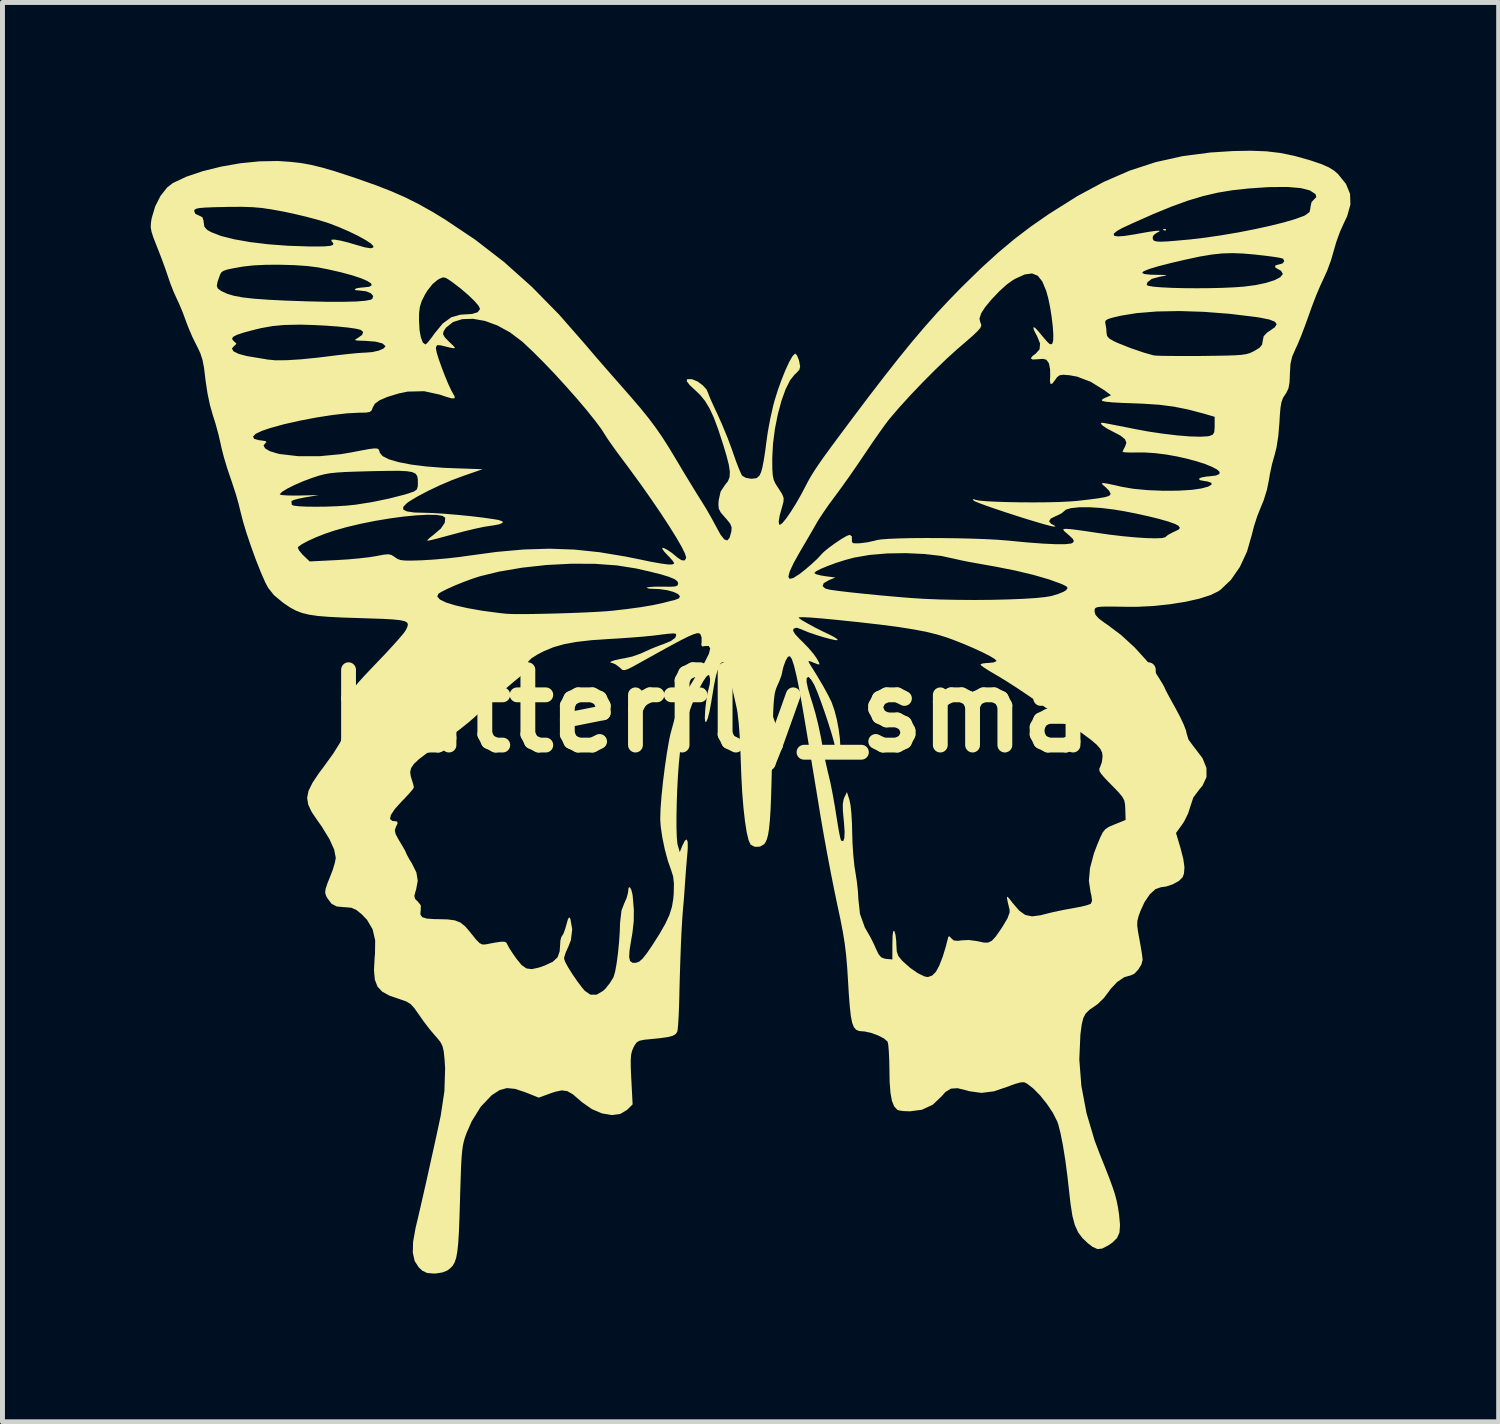
<source format=kicad_pcb>
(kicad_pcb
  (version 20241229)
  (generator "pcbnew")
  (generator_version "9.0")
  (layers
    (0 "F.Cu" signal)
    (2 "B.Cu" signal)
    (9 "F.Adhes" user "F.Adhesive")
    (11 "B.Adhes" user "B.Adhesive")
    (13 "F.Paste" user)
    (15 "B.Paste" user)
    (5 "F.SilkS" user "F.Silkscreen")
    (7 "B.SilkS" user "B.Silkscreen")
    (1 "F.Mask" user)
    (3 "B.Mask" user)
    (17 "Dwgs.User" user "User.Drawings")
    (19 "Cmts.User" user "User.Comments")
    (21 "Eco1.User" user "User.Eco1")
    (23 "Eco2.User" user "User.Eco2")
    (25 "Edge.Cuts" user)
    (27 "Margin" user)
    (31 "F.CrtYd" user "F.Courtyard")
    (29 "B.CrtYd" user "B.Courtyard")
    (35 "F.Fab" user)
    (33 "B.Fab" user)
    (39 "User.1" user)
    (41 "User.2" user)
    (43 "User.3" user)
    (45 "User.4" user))
  (footprint "butterfly_small"
    (layer "F.Cu")
    (at 12.131 11.337)
    (property "Reference" "butterfly_small" (at 0 0 0) (layer "F.SilkS") (effects (font (size 1.524 1.524) (thickness 0.3))))
    (attr board_only exclude_from_pos_files exclude_from_bom)
    (fp_poly (pts (xy 8.413 -9.749) (xy 8.407 -9.725) (xy 8.386 -9.722) (xy 8.352 -9.737) (xy 8.359 -9.749) (xy 8.407 -9.754)) (stroke (width 0) (type solid)) (fill yes) (layer "F.SilkS"))
    (fp_poly (pts (xy 10.445 -11.325) (xy 10.732 -11.291) (xy 11.019 -11.231) (xy 11.332 -11.143) (xy 11.352 -11.136) (xy 11.559 -11.066) (xy 11.707 -11.001) (xy 11.818 -10.932) (xy 11.895 -10.864) (xy 12.055 -10.666) (xy 12.138 -10.463) (xy 12.145 -10.247) (xy 12.078 -10.009) (xy 12.017 -9.881) (xy 11.935 -9.7) (xy 11.859 -9.49) (xy 11.809 -9.317) (xy 11.752 -9.12) (xy 11.674 -8.908) (xy 11.602 -8.75) (xy 11.534 -8.603) (xy 11.451 -8.407) (xy 11.367 -8.188) (xy 11.302 -8.006) (xy 11.227 -7.798) (xy 11.15 -7.596) (xy 11.08 -7.425) (xy 11.03 -7.317) (xy 10.966 -7.17) (xy 10.932 -7.022) (xy 10.921 -6.836) (xy 10.921 -6.819) (xy 10.913 -6.649) (xy 10.892 -6.532) (xy 10.851 -6.442) (xy 10.824 -6.402) (xy 10.78 -6.333) (xy 10.75 -6.25) (xy 10.73 -6.137) (xy 10.716 -5.973) (xy 10.709 -5.842) (xy 10.686 -5.568) (xy 10.649 -5.329) (xy 10.608 -5.17) (xy 10.558 -4.992) (xy 10.515 -4.789) (xy 10.494 -4.664) (xy 10.455 -4.473) (xy 10.39 -4.264) (xy 10.336 -4.132) (xy 10.262 -3.949) (xy 10.193 -3.736) (xy 10.15 -3.565) (xy 10.052 -3.224) (xy 9.908 -2.915) (xy 9.728 -2.654) (xy 9.519 -2.455) (xy 9.47 -2.421) (xy 9.308 -2.343) (xy 9.081 -2.271) (xy 8.805 -2.209) (xy 8.494 -2.16) (xy 8.165 -2.125) (xy 7.833 -2.108) (xy 7.636 -2.108) (xy 7.39 -2.112) (xy 7.213 -2.113) (xy 7.094 -2.11) (xy 7.021 -2.1) (xy 6.984 -2.083) (xy 6.97 -2.056) (xy 6.968 -2.018) (xy 6.968 -2.011) (xy 6.987 -1.945) (xy 7.051 -1.873) (xy 7.174 -1.781) (xy 7.221 -1.75) (xy 7.503 -1.539) (xy 7.78 -1.285) (xy 8.028 -1.012) (xy 8.201 -0.778) (xy 8.285 -0.645) (xy 8.35 -0.539) (xy 8.383 -0.477) (xy 8.386 -0.47) (xy 8.404 -0.427) (xy 8.455 -0.33) (xy 8.53 -0.192) (xy 8.608 -0.052) (xy 8.699 0.119) (xy 8.772 0.275) (xy 8.819 0.397) (xy 8.831 0.456) (xy 8.869 0.58) (xy 8.981 0.731) (xy 8.991 0.743) (xy 9.152 0.954) (xy 9.232 1.152) (xy 9.233 1.337) (xy 9.153 1.51) (xy 9.09 1.585) (xy 8.966 1.751) (xy 8.909 1.923) (xy 8.862 2.071) (xy 8.785 2.228) (xy 8.745 2.29) (xy 8.616 2.469) (xy 8.704 2.764) (xy 8.763 2.992) (xy 8.787 3.162) (xy 8.777 3.29) (xy 8.749 3.365) (xy 8.675 3.439) (xy 8.553 3.506) (xy 8.413 3.553) (xy 8.316 3.565) (xy 8.203 3.603) (xy 8.087 3.708) (xy 7.978 3.869) (xy 7.898 4.043) (xy 7.856 4.158) (xy 7.834 4.248) (xy 7.831 4.34) (xy 7.846 4.459) (xy 7.875 4.618) (xy 7.905 4.784) (xy 7.928 4.926) (xy 7.939 5.02) (xy 7.94 5.037) (xy 7.915 5.131) (xy 7.852 5.233) (xy 7.775 5.315) (xy 7.704 5.349) (xy 7.568 5.387) (xy 7.424 5.485) (xy 7.292 5.626) (xy 7.254 5.68) (xy 7.154 5.811) (xy 7.035 5.927) (xy 6.979 5.968) (xy 6.865 6.046) (xy 6.789 6.121) (xy 6.74 6.213) (xy 6.708 6.343) (xy 6.683 6.533) (xy 6.681 6.548) (xy 6.659 7.052) (xy 6.701 7.587) (xy 6.805 8.138) (xy 6.969 8.692) (xy 7.068 8.953) (xy 7.182 9.238) (xy 7.27 9.463) (xy 7.335 9.641) (xy 7.383 9.788) (xy 7.416 9.917) (xy 7.441 10.042) (xy 7.462 10.179) (xy 7.464 10.192) (xy 7.483 10.401) (xy 7.472 10.552) (xy 7.423 10.664) (xy 7.329 10.757) (xy 7.239 10.818) (xy 7.12 10.879) (xy 7.026 10.888) (xy 6.926 10.842) (xy 6.834 10.772) (xy 6.721 10.665) (xy 6.634 10.547) (xy 6.569 10.403) (xy 6.52 10.219) (xy 6.482 9.978) (xy 6.458 9.766) (xy 6.418 9.409) (xy 6.374 9.078) (xy 6.327 8.786) (xy 6.279 8.545) (xy 6.234 8.367) (xy 6.212 8.305) (xy 6.124 8.131) (xy 6.003 7.95) (xy 5.866 7.779) (xy 5.726 7.637) (xy 5.599 7.539) (xy 5.541 7.512) (xy 5.471 7.516) (xy 5.353 7.548) (xy 5.217 7.599) (xy 4.933 7.696) (xy 4.679 7.728) (xy 4.437 7.695) (xy 4.375 7.677) (xy 4.196 7.633) (xy 4.061 7.642) (xy 3.95 7.71) (xy 3.872 7.798) (xy 3.694 7.967) (xy 3.474 8.069) (xy 3.232 8.101) (xy 3.103 8.096) (xy 3.007 8.082) (xy 2.977 8.071) (xy 2.913 8.001) (xy 2.868 7.891) (xy 2.838 7.729) (xy 2.821 7.506) (xy 2.817 7.272) (xy 2.813 7.07) (xy 2.805 6.894) (xy 2.794 6.763) (xy 2.781 6.694) (xy 2.779 6.69) (xy 2.708 6.628) (xy 2.587 6.565) (xy 2.445 6.513) (xy 2.314 6.485) (xy 2.28 6.483) (xy 2.203 6.476) (xy 2.144 6.451) (xy 2.098 6.399) (xy 2.063 6.31) (xy 2.036 6.174) (xy 2.015 5.983) (xy 1.995 5.726) (xy 1.982 5.508) (xy 1.963 5.202) (xy 1.941 4.945) (xy 1.913 4.711) (xy 1.875 4.475) (xy 1.824 4.211) (xy 1.758 3.902) (xy 1.697 3.608) (xy 1.628 3.26) (xy 1.557 2.886) (xy 1.489 2.512) (xy 1.429 2.165) (xy 1.418 2.1) (xy 1.334 1.586) (xy 1.261 1.145) (xy 1.199 0.77) (xy 1.147 0.455) (xy 1.103 0.193) (xy 1.066 -0.023) (xy 1.035 -0.2) (xy 1.009 -0.345) (xy 0.987 -0.463) (xy 0.967 -0.563) (xy 0.949 -0.651) (xy 0.933 -0.724) (xy 0.884 -0.926) (xy 0.841 -1.053) (xy 0.802 -1.108) (xy 0.763 -1.097) (xy 0.719 -1.023) (xy 0.71 -1.001) (xy 0.67 -0.889) (xy 0.649 -0.801) (xy 0.648 -0.789) (xy 0.631 -0.717) (xy 0.589 -0.604) (xy 0.558 -0.535) (xy 0.533 -0.479) (xy 0.513 -0.421) (xy 0.496 -0.352) (xy 0.484 -0.262) (xy 0.473 -0.141) (xy 0.465 0.019) (xy 0.458 0.228) (xy 0.451 0.495) (xy 0.444 0.83) (xy 0.441 0.993) (xy 0.432 1.402) (xy 0.422 1.738) (xy 0.411 2.009) (xy 0.397 2.223) (xy 0.38 2.388) (xy 0.36 2.511) (xy 0.335 2.601) (xy 0.304 2.665) (xy 0.283 2.695) (xy 0.198 2.745) (xy 0.093 2.749) (xy 0.009 2.705) (xy 0.008 2.704) (xy -0.033 2.615) (xy -0.071 2.455) (xy -0.106 2.232) (xy -0.137 1.957) (xy -0.163 1.638) (xy -0.181 1.286) (xy -0.189 1.074) (xy -0.2 0.763) (xy -0.215 0.479) (xy -0.234 0.237) (xy -0.255 0.051) (xy -0.27 -0.041) (xy -0.321 -0.271) (xy -0.36 -0.44) (xy -0.389 -0.564) (xy -0.413 -0.659) (xy -0.436 -0.743) (xy -0.455 -0.807) (xy -0.504 -0.94) (xy -0.551 -0.993) (xy -0.598 -0.966) (xy -0.643 -0.871) (xy -0.668 -0.797) (xy -0.689 -0.726) (xy -0.709 -0.639) (xy -0.732 -0.521) (xy -0.76 -0.353) (xy -0.791 -0.166) (xy -0.827 0.024) (xy -0.861 0.154) (xy -0.89 0.22) (xy -0.91 0.219) (xy -0.919 0.147) (xy -0.912 0.000101) (xy -0.909 -0.041) (xy -0.89 -0.202) (xy -0.868 -0.343) (xy -0.847 -0.434) (xy -0.845 -0.438) (xy -0.818 -0.547) (xy -0.812 -0.649) (xy -0.828 -0.716) (xy -0.847 -0.729) (xy -0.889 -0.694) (xy -0.952 -0.6) (xy -1.027 -0.464) (xy -1.105 -0.301) (xy -1.179 -0.13) (xy -1.239 0.034) (xy -1.249 0.064) (xy -1.301 0.251) (xy -1.355 0.473) (xy -1.399 0.681) (xy -1.401 0.692) (xy -1.424 0.856) (xy -1.445 1.071) (xy -1.463 1.32) (xy -1.477 1.588) (xy -1.487 1.86) (xy -1.492 2.121) (xy -1.492 2.354) (xy -1.486 2.545) (xy -1.475 2.677) (xy -1.467 2.714) (xy -1.426 2.856) (xy -1.373 2.724) (xy -1.322 2.623) (xy -1.285 2.599) (xy -1.265 2.65) (xy -1.264 2.774) (xy -1.269 2.846) (xy -1.283 3.01) (xy -1.3 3.216) (xy -1.315 3.424) (xy -1.318 3.464) (xy -1.331 3.65) (xy -1.344 3.826) (xy -1.356 3.961) (xy -1.359 3.99) (xy -1.373 4.172) (xy -1.388 4.418) (xy -1.402 4.713) (xy -1.414 5.04) (xy -1.425 5.383) (xy -1.434 5.727) (xy -1.434 5.752) (xy -1.44 5.982) (xy -1.449 6.186) (xy -1.459 6.35) (xy -1.47 6.458) (xy -1.477 6.492) (xy -1.51 6.539) (xy -1.572 6.574) (xy -1.676 6.6) (xy -1.837 6.622) (xy -1.994 6.638) (xy -2.147 6.653) (xy -2.241 6.673) (xy -2.297 6.706) (xy -2.338 6.763) (xy -2.361 6.806) (xy -2.391 6.876) (xy -2.41 6.956) (xy -2.418 7.062) (xy -2.417 7.212) (xy -2.408 7.423) (xy -2.406 7.454) (xy -2.38 7.96) (xy -2.492 8.072) (xy -2.629 8.154) (xy -2.803 8.177) (xy -3 8.143) (xy -3.206 8.055) (xy -3.405 7.916) (xy -3.446 7.88) (xy -3.587 7.758) (xy -3.701 7.693) (xy -3.813 7.677) (xy -3.949 7.706) (xy -4.043 7.738) (xy -4.279 7.824) (xy -4.55 7.716) (xy -4.758 7.647) (xy -4.923 7.631) (xy -5.069 7.67) (xy -5.218 7.766) (xy -5.237 7.781) (xy -5.452 8.007) (xy -5.635 8.301) (xy -5.739 8.538) (xy -5.77 8.624) (xy -5.795 8.706) (xy -5.814 8.795) (xy -5.829 8.903) (xy -5.841 9.041) (xy -5.851 9.221) (xy -5.859 9.454) (xy -5.869 9.751) (xy -5.873 9.907) (xy -5.884 10.262) (xy -5.895 10.547) (xy -5.909 10.769) (xy -5.927 10.938) (xy -5.95 11.065) (xy -5.981 11.157) (xy -6.02 11.225) (xy -6.071 11.278) (xy -6.126 11.32) (xy -6.223 11.36) (xy -6.357 11.382) (xy -6.402 11.383) (xy -6.536 11.373) (xy -6.631 11.329) (xy -6.706 11.26) (xy -6.79 11.131) (xy -6.828 10.961) (xy -6.822 10.741) (xy -6.772 10.463) (xy -6.76 10.411) (xy -6.723 10.257) (xy -6.673 10.04) (xy -6.613 9.778) (xy -6.547 9.487) (xy -6.48 9.184) (xy -6.414 8.886) (xy -6.353 8.61) (xy -6.302 8.372) (xy -6.263 8.189) (xy -6.262 8.183) (xy -6.188 7.692) (xy -6.174 7.23) (xy -6.185 7.051) (xy -6.202 6.89) (xy -6.227 6.781) (xy -6.271 6.695) (xy -6.347 6.603) (xy -6.377 6.57) (xy -6.489 6.437) (xy -6.613 6.275) (xy -6.704 6.144) (xy -6.797 6.012) (xy -6.873 5.93) (xy -6.959 5.878) (xy -7.079 5.836) (xy -7.09 5.832) (xy -7.296 5.762) (xy -7.445 5.681) (xy -7.542 5.578) (xy -7.596 5.438) (xy -7.613 5.251) (xy -7.601 5.001) (xy -7.593 4.913) (xy -7.589 4.641) (xy -7.641 4.418) (xy -7.753 4.228) (xy -7.861 4.114) (xy -7.972 4.025) (xy -8.07 3.982) (xy -8.195 3.97) (xy -8.217 3.97) (xy -8.367 3.956) (xy -8.471 3.902) (xy -8.555 3.791) (xy -8.583 3.74) (xy -8.601 3.68) (xy -8.593 3.602) (xy -8.555 3.486) (xy -8.507 3.368) (xy -8.447 3.213) (xy -8.405 3.073) (xy -8.387 2.975) (xy -8.387 2.97) (xy -8.419 2.804) (xy -8.515 2.592) (xy -8.67 2.339) (xy -8.759 2.213) (xy -8.778 2.186) (xy -7.289 2.186) (xy -7.243 2.225) (xy -7.211 2.228) (xy -7.146 2.236) (xy -7.136 2.275) (xy -7.174 2.356) (xy -7.192 2.417) (xy -7.175 2.492) (xy -7.116 2.602) (xy -7.093 2.64) (xy -7.026 2.752) (xy -6.98 2.834) (xy -6.968 2.864) (xy -6.948 2.909) (xy -6.898 3) (xy -6.846 3.085) (xy -6.755 3.268) (xy -6.728 3.435) (xy -6.761 3.614) (xy -6.772 3.647) (xy -6.797 3.743) (xy -6.781 3.803) (xy -6.73 3.853) (xy -6.666 3.931) (xy -6.667 4.029) (xy -6.668 4.033) (xy -6.675 4.117) (xy -6.638 4.172) (xy -6.545 4.201) (xy -6.386 4.212) (xy -6.335 4.212) (xy -6.126 4.217) (xy -5.977 4.237) (xy -5.865 4.281) (xy -5.769 4.357) (xy -5.667 4.476) (xy -5.645 4.504) (xy -5.545 4.629) (xy -5.474 4.699) (xy -5.416 4.726) (xy -5.354 4.723) (xy -5.353 4.723) (xy -5.169 4.688) (xy -5.049 4.67) (xy -4.977 4.669) (xy -4.938 4.685) (xy -4.918 4.718) (xy -4.915 4.725) (xy -4.877 4.796) (xy -4.806 4.906) (xy -4.731 5.013) (xy -4.627 5.14) (xy -4.53 5.209) (xy -4.421 5.224) (xy -4.275 5.192) (xy -4.156 5.15) (xy -3.994 5.074) (xy -3.899 4.985) (xy -3.856 4.864) (xy -3.848 4.755) (xy -3.841 4.643) (xy -3.821 4.57) (xy -3.812 4.56) (xy -3.781 4.51) (xy -3.744 4.409) (xy -3.722 4.332) (xy -3.69 4.218) (xy -3.666 4.176) (xy -3.645 4.195) (xy -3.639 4.209) (xy -3.602 4.419) (xy -3.629 4.639) (xy -3.68 4.768) (xy -3.733 4.886) (xy -3.764 4.983) (xy -3.767 5.01) (xy -3.745 5.076) (xy -3.685 5.187) (xy -3.599 5.324) (xy -3.501 5.467) (xy -3.403 5.597) (xy -3.349 5.661) (xy -3.235 5.74) (xy -3.108 5.741) (xy -2.977 5.664) (xy -2.932 5.621) (xy -2.843 5.51) (xy -2.773 5.398) (xy -2.762 5.374) (xy -2.733 5.272) (xy -2.704 5.11) (xy -2.677 4.908) (xy -2.655 4.688) (xy -2.64 4.471) (xy -2.634 4.284) (xy -2.605 4.039) (xy -2.552 3.9) (xy -2.5 3.781) (xy -2.473 3.677) (xy -2.471 3.657) (xy -2.461 3.577) (xy -2.437 3.565) (xy -2.408 3.613) (xy -2.383 3.709) (xy -2.377 3.757) (xy -2.355 4.023) (xy -2.357 4.254) (xy -2.384 4.491) (xy -2.409 4.637) (xy -2.442 4.842) (xy -2.45 4.979) (xy -2.431 5.06) (xy -2.382 5.095) (xy -2.314 5.096) (xy -2.25 5.074) (xy -2.179 5.013) (xy -2.091 4.901) (xy -1.994 4.76) (xy -1.834 4.509) (xy -1.717 4.304) (xy -1.636 4.129) (xy -1.585 3.967) (xy -1.557 3.802) (xy -1.548 3.692) (xy -1.544 3.494) (xy -1.56 3.347) (xy -1.599 3.223) (xy -1.6 3.22) (xy -1.666 3.034) (xy -1.728 2.803) (xy -1.779 2.558) (xy -1.812 2.331) (xy -1.821 2.188) (xy -1.815 1.984) (xy -1.795 1.724) (xy -1.765 1.431) (xy -1.727 1.13) (xy -1.685 0.843) (xy -1.642 0.594) (xy -1.617 0.476) (xy -1.534 0.17) (xy -1.431 -0.106) (xy -1.297 -0.38) (xy -1.119 -0.675) (xy -1.058 -0.769) (xy -0.919 -0.992) (xy -0.836 -1.158) (xy -0.81 -1.266) (xy -0.84 -1.316) (xy -0.906 -1.314) (xy -0.975 -1.306) (xy -0.99 -1.345) (xy -0.983 -1.395) (xy -0.985 -1.495) (xy -1.011 -1.557) (xy -1.036 -1.573) (xy -1.078 -1.573) (xy -1.146 -1.553) (xy -1.247 -1.51) (xy -1.388 -1.44) (xy -1.578 -1.339) (xy -1.825 -1.203) (xy -2.049 -1.079) (xy -2.247 -0.969) (xy -2.386 -0.892) (xy -2.48 -0.846) (xy -2.54 -0.827) (xy -2.579 -0.829) (xy -2.61 -0.85) (xy -2.647 -0.885) (xy -2.649 -0.887) (xy -2.732 -0.948) (xy -2.798 -0.973) (xy -2.836 -0.983) (xy -2.811 -1.003) (xy -2.738 -1.028) (xy -2.633 -1.052) (xy -2.542 -1.067) (xy -2.386 -1.102) (xy -2.218 -1.161) (xy -2.157 -1.189) (xy -1.998 -1.261) (xy -1.82 -1.331) (xy -1.749 -1.356) (xy -1.605 -1.416) (xy -1.517 -1.481) (xy -1.496 -1.541) (xy -1.511 -1.565) (xy -1.558 -1.57) (xy -1.665 -1.562) (xy -1.808 -1.545) (xy -1.831 -1.541) (xy -1.974 -1.524) (xy -2.177 -1.504) (xy -2.418 -1.485) (xy -2.677 -1.467) (xy -2.837 -1.458) (xy -3.208 -1.433) (xy -3.513 -1.398) (xy -3.766 -1.352) (xy -3.983 -1.29) (xy -4.178 -1.209) (xy -4.305 -1.143) (xy -4.427 -1.066) (xy -4.491 -1.001) (xy -4.514 -0.929) (xy -4.515 -0.913) (xy -4.552 -0.8) (xy -4.66 -0.693) (xy -4.784 -0.593) (xy -4.952 -0.448) (xy -5.149 -0.273) (xy -5.361 -0.079) (xy -5.57 0.118) (xy -5.694 0.226) (xy -5.866 0.364) (xy -6.065 0.515) (xy -6.271 0.663) (xy -6.33 0.704) (xy -6.547 0.856) (xy -6.703 0.975) (xy -6.806 1.071) (xy -6.862 1.155) (xy -6.881 1.235) (xy -6.869 1.322) (xy -6.85 1.383) (xy -6.82 1.481) (xy -6.806 1.544) (xy -6.806 1.546) (xy -6.832 1.589) (xy -6.904 1.673) (xy -7.006 1.783) (xy -7.049 1.826) (xy -7.191 1.983) (xy -7.271 2.104) (xy -7.289 2.186) (xy -8.778 2.186) (xy -8.875 2.042) (xy -8.944 1.895) (xy -8.966 1.758) (xy -8.938 1.616) (xy -8.858 1.453) (xy -8.726 1.256) (xy -8.63 1.128) (xy -8.438 0.862) (xy -8.301 0.643) (xy -8.217 0.462) (xy -8.179 0.313) (xy -8.177 0.258) (xy -8.183 0.142) (xy -8.194 0.061) (xy -8.2 0.046) (xy -8.2 -0.007) (xy -8.18 -0.111) (xy -8.155 -0.203) (xy -8.126 -0.288) (xy -8.086 -0.369) (xy -8.026 -0.459) (xy -7.938 -0.568) (xy -7.813 -0.707) (xy -7.642 -0.887) (xy -7.56 -0.973) (xy -7.388 -1.153) (xy -7.234 -1.32) (xy -7.106 -1.463) (xy -7.015 -1.571) (xy -6.979 -1.622) (xy 0.868 -1.622) (xy 0.908 -1.555) (xy 1.003 -1.453) (xy 1.053 -1.405) (xy 1.174 -1.281) (xy 1.28 -1.157) (xy 1.349 -1.059) (xy 1.349 -1.058) (xy 1.393 -0.978) (xy 1.402 -0.942) (xy 1.364 -0.946) (xy 1.266 -0.984) (xy 1.215 -1.005) (xy 1.179 -1.013) (xy 1.188 -0.979) (xy 1.218 -0.93) (xy 1.353 -0.713) (xy 1.476 -0.504) (xy 1.576 -0.321) (xy 1.644 -0.184) (xy 1.647 -0.177) (xy 1.704 -0.015) (xy 1.753 0.174) (xy 1.79 0.371) (xy 1.815 0.561) (xy 1.824 0.726) (xy 1.816 0.847) (xy 1.788 0.908) (xy 1.788 0.908) (xy 1.761 0.887) (xy 1.734 0.806) (xy 1.725 0.759) (xy 1.698 0.639) (xy 1.649 0.465) (xy 1.584 0.256) (xy 1.51 0.034) (xy 1.434 -0.182) (xy 1.364 -0.369) (xy 1.305 -0.508) (xy 1.291 -0.537) (xy 1.235 -0.631) (xy 1.186 -0.684) (xy 1.174 -0.689) (xy 1.142 -0.665) (xy 1.14 -0.589) (xy 1.168 -0.455) (xy 1.227 -0.255) (xy 1.254 -0.174) (xy 1.316 0.036) (xy 1.378 0.283) (xy 1.428 0.522) (xy 1.44 0.587) (xy 1.479 0.805) (xy 1.525 1.034) (xy 1.571 1.236) (xy 1.586 1.296) (xy 1.625 1.463) (xy 1.668 1.68) (xy 1.71 1.915) (xy 1.739 2.098) (xy 1.77 2.291) (xy 1.798 2.453) (xy 1.822 2.568) (xy 1.838 2.621) (xy 1.839 2.622) (xy 1.881 2.634) (xy 1.905 2.572) (xy 1.91 2.44) (xy 1.896 2.243) (xy 1.893 2.215) (xy 1.875 2.02) (xy 1.873 1.886) (xy 1.889 1.792) (xy 1.905 1.749) (xy 1.957 1.641) (xy 2.009 1.803) (xy 2.03 1.91) (xy 2.047 2.075) (xy 2.059 2.275) (xy 2.063 2.451) (xy 2.07 2.681) (xy 2.086 2.92) (xy 2.108 3.134) (xy 2.127 3.255) (xy 2.157 3.446) (xy 2.179 3.643) (xy 2.188 3.805) (xy 2.188 3.806) (xy 2.221 4.107) (xy 2.319 4.38) (xy 2.377 4.481) (xy 2.436 4.584) (xy 2.505 4.722) (xy 2.538 4.798) (xy 2.596 4.92) (xy 2.65 4.984) (xy 2.718 5.011) (xy 2.751 5.016) (xy 2.876 5.028) (xy 2.877 4.712) (xy 2.881 4.548) (xy 2.892 4.462) (xy 2.911 4.449) (xy 2.917 4.456) (xy 2.94 4.53) (xy 2.954 4.651) (xy 2.957 4.726) (xy 2.965 4.864) (xy 2.997 4.958) (xy 3.069 5.047) (xy 3.086 5.064) (xy 3.236 5.198) (xy 3.389 5.304) (xy 3.522 5.37) (xy 3.593 5.385) (xy 3.683 5.353) (xy 3.759 5.276) (xy 3.826 5.151) (xy 3.896 4.97) (xy 3.96 4.76) (xy 3.989 4.644) (xy 4.01 4.567) (xy 4.035 4.561) (xy 4.067 4.599) (xy 4.122 4.645) (xy 4.207 4.651) (xy 4.272 4.642) (xy 4.422 4.634) (xy 4.593 4.657) (xy 4.62 4.663) (xy 4.732 4.687) (xy 4.817 4.686) (xy 4.89 4.649) (xy 4.967 4.566) (xy 5.063 4.429) (xy 5.111 4.356) (xy 5.207 4.193) (xy 5.249 4.077) (xy 5.248 4.021) (xy 5.21 3.863) (xy 5.194 3.778) (xy 5.203 3.757) (xy 5.24 3.795) (xy 5.31 3.885) (xy 5.313 3.889) (xy 5.445 4.042) (xy 5.567 4.128) (xy 5.702 4.156) (xy 5.873 4.134) (xy 5.955 4.113) (xy 6.135 4.068) (xy 6.347 4.024) (xy 6.535 3.99) (xy 6.69 3.961) (xy 6.816 3.93) (xy 6.889 3.902) (xy 6.895 3.897) (xy 6.917 3.837) (xy 6.902 3.726) (xy 6.887 3.667) (xy 6.853 3.436) (xy 6.876 3.177) (xy 6.956 2.879) (xy 7.016 2.721) (xy 7.082 2.561) (xy 7.133 2.457) (xy 7.186 2.392) (xy 7.254 2.346) (xy 7.354 2.303) (xy 7.374 2.295) (xy 7.596 2.205) (xy 7.59 1.989) (xy 7.584 1.886) (xy 7.568 1.808) (xy 7.528 1.735) (xy 7.456 1.647) (xy 7.339 1.526) (xy 7.307 1.494) (xy 7.179 1.362) (xy 7.102 1.273) (xy 7.066 1.213) (xy 7.064 1.168) (xy 7.08 1.134) (xy 7.115 1.038) (xy 7.13 0.917) (xy 7.13 0.915) (xy 7.12 0.84) (xy 7.084 0.766) (xy 7.013 0.684) (xy 6.897 0.585) (xy 6.728 0.459) (xy 6.583 0.356) (xy 6.479 0.284) (xy 6.326 0.176) (xy 6.14 0.046) (xy 5.939 -0.095) (xy 5.832 -0.171) (xy 5.619 -0.318) (xy 5.4 -0.465) (xy 5.196 -0.596) (xy 5.028 -0.699) (xy 4.971 -0.732) (xy 4.832 -0.814) (xy 4.724 -0.883) (xy 4.665 -0.929) (xy 4.659 -0.94) (xy 4.695 -0.96) (xy 4.784 -0.971) (xy 4.821 -0.972) (xy 4.922 -0.982) (xy 4.979 -1.006) (xy 4.983 -1.015) (xy 4.947 -1.053) (xy 4.849 -1.112) (xy 4.702 -1.187) (xy 4.52 -1.271) (xy 4.317 -1.358) (xy 4.105 -1.441) (xy 3.97 -1.49) (xy 3.781 -1.548) (xy 3.563 -1.602) (xy 3.305 -1.651) (xy 2.996 -1.7) (xy 2.628 -1.748) (xy 2.189 -1.798) (xy 2.167 -1.8) (xy 1.777 -1.841) (xy 1.465 -1.871) (xy 1.232 -1.89) (xy 1.074 -1.898) (xy 0.991 -1.896) (xy 0.979 -1.885) (xy 1.038 -1.842) (xy 1.152 -1.776) (xy 1.299 -1.695) (xy 1.462 -1.613) (xy 1.576 -1.559) (xy 1.688 -1.502) (xy 1.758 -1.456) (xy 1.771 -1.434) (xy 1.724 -1.434) (xy 1.621 -1.456) (xy 1.483 -1.493) (xy 1.331 -1.54) (xy 1.185 -1.59) (xy 1.067 -1.638) (xy 1.038 -1.651) (xy 0.943 -1.685) (xy 0.883 -1.668) (xy 0.876 -1.662) (xy 0.868 -1.622) (xy -6.979 -1.622) (xy -6.973 -1.63) (xy -6.94 -1.696) (xy -6.927 -1.748) (xy -6.94 -1.787) (xy -6.989 -1.816) (xy -7.081 -1.837) (xy -7.225 -1.852) (xy -7.428 -1.864) (xy -7.699 -1.873) (xy -7.906 -1.88) (xy -8.253 -1.891) (xy -8.53 -1.905) (xy -8.751 -1.923) (xy -8.927 -1.949) (xy -9.07 -1.984) (xy -9.193 -2.031) (xy -9.307 -2.092) (xy -9.425 -2.171) (xy -9.472 -2.206) (xy -9.601 -2.314) (xy -6.332 -2.314) (xy -6.278 -2.255) (xy -6.155 -2.195) (xy -5.967 -2.137) (xy -5.72 -2.081) (xy -5.42 -2.028) (xy -5.072 -1.982) (xy -4.942 -1.968) (xy -4.832 -1.962) (xy -4.657 -1.961) (xy -4.432 -1.962) (xy -4.172 -1.967) (xy -3.894 -1.974) (xy -3.612 -1.983) (xy -3.342 -1.994) (xy -3.099 -2.006) (xy -2.9 -2.019) (xy -2.795 -2.028) (xy -2.493 -2.063) (xy -2.211 -2.101) (xy -1.97 -2.142) (xy -1.788 -2.181) (xy -1.762 -2.187) (xy -1.632 -2.221) (xy -1.529 -2.245) (xy -1.441 -2.28) (xy -1.422 -2.322) (xy -1.463 -2.368) (xy -1.553 -2.41) (xy -1.682 -2.445) (xy -1.84 -2.467) (xy -1.949 -2.471) (xy -2.047 -2.476) (xy -2.095 -2.49) (xy -2.094 -2.497) (xy -2.044 -2.508) (xy -1.935 -2.515) (xy -1.789 -2.516) (xy -1.763 -2.516) (xy -1.607 -2.514) (xy -1.516 -2.521) (xy -1.472 -2.539) (xy -1.459 -2.574) (xy -1.458 -2.584) (xy -1.476 -2.627) (xy -1.534 -2.669) (xy -1.64 -2.713) (xy -1.65 -2.717) (xy 0.772 -2.717) (xy 0.796 -2.673) (xy 0.872 -2.691) (xy 0.999 -2.772) (xy 1.024 -2.792) (xy 1.296 -2.792) (xy 1.333 -2.768) (xy 1.426 -2.743) (xy 1.509 -2.729) (xy 1.722 -2.701) (xy 1.59 -2.646) (xy 1.487 -2.586) (xy 1.464 -2.527) (xy 1.519 -2.478) (xy 1.61 -2.454) (xy 1.788 -2.429) (xy 2.033 -2.4) (xy 2.332 -2.369) (xy 2.67 -2.336) (xy 3.035 -2.304) (xy 3.241 -2.287) (xy 3.523 -2.269) (xy 3.841 -2.256) (xy 4.182 -2.249) (xy 4.534 -2.246) (xy 4.882 -2.249) (xy 5.213 -2.257) (xy 5.514 -2.269) (xy 5.773 -2.285) (xy 5.975 -2.306) (xy 6.093 -2.326) (xy 6.232 -2.368) (xy 6.344 -2.414) (xy 6.393 -2.446) (xy 6.422 -2.487) (xy 6.4 -2.521) (xy 6.315 -2.563) (xy 6.295 -2.572) (xy 6.045 -2.663) (xy 5.73 -2.754) (xy 5.366 -2.841) (xy 4.969 -2.92) (xy 4.862 -2.939) (xy 4.643 -2.978) (xy 4.443 -3.014) (xy 4.281 -3.046) (xy 4.174 -3.07) (xy 4.152 -3.075) (xy 3.864 -3.138) (xy 3.522 -3.177) (xy 3.15 -3.194) (xy 2.774 -3.188) (xy 2.417 -3.158) (xy 2.104 -3.104) (xy 2.092 -3.101) (xy 1.918 -3.054) (xy 1.738 -2.997) (xy 1.57 -2.935) (xy 1.428 -2.876) (xy 1.332 -2.826) (xy 1.296 -2.792) (xy 1.024 -2.792) (xy 1.129 -2.875) (xy 1.253 -2.982) (xy 1.357 -3.079) (xy 1.421 -3.147) (xy 1.425 -3.153) (xy 1.488 -3.218) (xy 1.593 -3.304) (xy 1.719 -3.396) (xy 1.845 -3.48) (xy 1.95 -3.541) (xy 2.014 -3.565) (xy 2.015 -3.565) (xy 2.056 -3.532) (xy 2.058 -3.474) (xy 2.058 -3.418) (xy 2.089 -3.394) (xy 2.173 -3.392) (xy 2.228 -3.395) (xy 2.379 -3.415) (xy 2.525 -3.447) (xy 2.552 -3.456) (xy 2.641 -3.471) (xy 2.797 -3.483) (xy 3.01 -3.492) (xy 3.266 -3.498) (xy 3.552 -3.5) (xy 3.856 -3.499) (xy 4.166 -3.495) (xy 4.468 -3.488) (xy 4.751 -3.478) (xy 5.001 -3.465) (xy 5.206 -3.449) (xy 5.226 -3.447) (xy 5.603 -3.411) (xy 5.923 -3.387) (xy 6.18 -3.375) (xy 6.371 -3.375) (xy 6.489 -3.388) (xy 6.522 -3.401) (xy 6.55 -3.436) (xy 6.53 -3.481) (xy 6.453 -3.554) (xy 6.441 -3.564) (xy 6.357 -3.637) (xy 6.331 -3.673) (xy 6.358 -3.684) (xy 6.401 -3.685) (xy 6.479 -3.68) (xy 6.618 -3.663) (xy 6.797 -3.638) (xy 6.988 -3.609) (xy 7.258 -3.57) (xy 7.526 -3.538) (xy 7.779 -3.514) (xy 8.006 -3.499) (xy 8.193 -3.494) (xy 8.328 -3.499) (xy 8.398 -3.515) (xy 8.404 -3.521) (xy 8.457 -3.565) (xy 8.553 -3.616) (xy 8.578 -3.627) (xy 8.669 -3.671) (xy 8.695 -3.705) (xy 8.667 -3.746) (xy 8.666 -3.747) (xy 8.596 -3.785) (xy 8.461 -3.833) (xy 8.275 -3.886) (xy 8.053 -3.941) (xy 7.808 -3.995) (xy 7.556 -4.044) (xy 7.356 -4.077) (xy 7.101 -4.108) (xy 6.862 -4.123) (xy 6.655 -4.122) (xy 6.492 -4.105) (xy 6.387 -4.074) (xy 6.36 -4.05) (xy 6.298 -3.998) (xy 6.199 -3.95) (xy 6.192 -3.948) (xy 6.083 -3.895) (xy 6.047 -3.839) (xy 6.088 -3.787) (xy 6.124 -3.77) (xy 6.175 -3.741) (xy 6.155 -3.73) (xy 6.09 -3.741) (xy 5.966 -3.773) (xy 5.795 -3.823) (xy 5.593 -3.884) (xy 5.375 -3.953) (xy 5.154 -4.025) (xy 4.946 -4.095) (xy 4.764 -4.158) (xy 4.624 -4.21) (xy 4.539 -4.246) (xy 4.522 -4.257) (xy 4.502 -4.288) (xy 4.546 -4.278) (xy 4.557 -4.273) (xy 4.637 -4.257) (xy 4.783 -4.244) (xy 4.982 -4.234) (xy 5.218 -4.227) (xy 5.477 -4.222) (xy 5.745 -4.221) (xy 6.008 -4.223) (xy 6.251 -4.229) (xy 6.46 -4.239) (xy 6.613 -4.251) (xy 6.865 -4.28) (xy 7.046 -4.304) (xy 7.169 -4.325) (xy 7.244 -4.346) (xy 7.281 -4.368) (xy 7.292 -4.395) (xy 7.292 -4.397) (xy 7.262 -4.457) (xy 7.191 -4.529) (xy 7.185 -4.534) (xy 7.131 -4.58) (xy 7.116 -4.606) (xy 7.149 -4.612) (xy 7.239 -4.598) (xy 7.394 -4.565) (xy 7.515 -4.537) (xy 7.754 -4.496) (xy 8.042 -4.469) (xy 8.354 -4.456) (xy 8.661 -4.458) (xy 8.939 -4.475) (xy 9.13 -4.503) (xy 9.267 -4.54) (xy 9.335 -4.58) (xy 9.331 -4.617) (xy 9.252 -4.645) (xy 9.203 -4.651) (xy 9.103 -4.67) (xy 9.077 -4.696) (xy 9.121 -4.723) (xy 9.227 -4.743) (xy 9.287 -4.748) (xy 9.426 -4.765) (xy 9.494 -4.796) (xy 9.498 -4.837) (xy 9.447 -4.886) (xy 9.347 -4.939) (xy 9.209 -4.996) (xy 9.038 -5.051) (xy 8.843 -5.104) (xy 8.633 -5.151) (xy 8.414 -5.19) (xy 8.196 -5.217) (xy 7.985 -5.231) (xy 7.849 -5.231) (xy 7.701 -5.23) (xy 7.591 -5.233) (xy 7.537 -5.242) (xy 7.535 -5.245) (xy 7.554 -5.293) (xy 7.582 -5.343) (xy 7.612 -5.426) (xy 7.584 -5.499) (xy 7.49 -5.574) (xy 7.36 -5.642) (xy 7.226 -5.712) (xy 7.133 -5.773) (xy 7.093 -5.816) (xy 7.116 -5.833) (xy 7.119 -5.833) (xy 7.169 -5.826) (xy 7.284 -5.804) (xy 7.448 -5.772) (xy 7.648 -5.733) (xy 7.76 -5.71) (xy 8.055 -5.655) (xy 8.352 -5.611) (xy 8.636 -5.577) (xy 8.891 -5.556) (xy 9.103 -5.55) (xy 9.256 -5.558) (xy 9.292 -5.565) (xy 9.359 -5.591) (xy 9.39 -5.642) (xy 9.398 -5.743) (xy 9.398 -5.772) (xy 9.398 -5.953) (xy 9.185 -6.015) (xy 8.868 -6.099) (xy 8.575 -6.158) (xy 8.274 -6.197) (xy 7.934 -6.219) (xy 7.798 -6.224) (xy 7.525 -6.234) (xy 7.327 -6.245) (xy 7.196 -6.258) (xy 7.127 -6.273) (xy 7.112 -6.293) (xy 7.144 -6.319) (xy 7.186 -6.339) (xy 7.302 -6.389) (xy 7.165 -6.491) (xy 6.891 -6.661) (xy 6.614 -6.766) (xy 6.461 -6.794) (xy 6.333 -6.804) (xy 6.258 -6.792) (xy 6.208 -6.753) (xy 6.178 -6.71) (xy 6.114 -6.626) (xy 6.078 -6.615) (xy 6.065 -6.679) (xy 6.07 -6.781) (xy 6.068 -6.914) (xy 6.046 -7.026) (xy 6.036 -7.049) (xy 5.991 -7.108) (xy 5.922 -7.126) (xy 5.829 -7.118) (xy 5.715 -7.112) (xy 5.677 -7.135) (xy 5.714 -7.185) (xy 5.773 -7.227) (xy 5.855 -7.318) (xy 5.865 -7.436) (xy 5.804 -7.588) (xy 5.791 -7.61) (xy 5.739 -7.711) (xy 5.729 -7.763) (xy 5.76 -7.758) (xy 5.82 -7.695) (xy 5.936 -7.556) (xy 6.011 -7.47) (xy 6.058 -7.427) (xy 6.088 -7.419) (xy 6.112 -7.434) (xy 6.113 -7.435) (xy 6.131 -7.497) (xy 6.133 -7.62) (xy 6.122 -7.786) (xy 6.112 -7.867) (xy 7.182 -7.867) (xy 7.187 -7.841) (xy 7.205 -7.733) (xy 7.21 -7.652) (xy 7.222 -7.587) (xy 7.267 -7.536) (xy 7.362 -7.481) (xy 7.444 -7.444) (xy 7.697 -7.343) (xy 7.967 -7.251) (xy 8.163 -7.196) (xy 8.226 -7.19) (xy 8.357 -7.186) (xy 8.543 -7.184) (xy 8.771 -7.183) (xy 9.028 -7.183) (xy 9.135 -7.184) (xy 9.429 -7.188) (xy 9.653 -7.192) (xy 9.821 -7.198) (xy 9.944 -7.207) (xy 10.034 -7.221) (xy 10.103 -7.24) (xy 10.164 -7.266) (xy 10.198 -7.284) (xy 10.307 -7.35) (xy 10.358 -7.414) (xy 10.371 -7.491) (xy 10.39 -7.584) (xy 10.46 -7.658) (xy 10.512 -7.692) (xy 10.617 -7.766) (xy 10.653 -7.827) (xy 10.617 -7.877) (xy 10.506 -7.921) (xy 10.319 -7.959) (xy 10.229 -7.973) (xy 9.7 -8.037) (xy 9.18 -8.077) (xy 8.685 -8.093) (xy 8.226 -8.084) (xy 7.819 -8.051) (xy 7.502 -7.999) (xy 7.338 -7.961) (xy 7.24 -7.931) (xy 7.193 -7.902) (xy 7.182 -7.867) (xy 6.112 -7.867) (xy 6.099 -7.976) (xy 6.068 -8.173) (xy 6.029 -8.358) (xy 5.99 -8.499) (xy 5.911 -8.69) (xy 5.819 -8.807) (xy 5.703 -8.854) (xy 5.554 -8.833) (xy 5.364 -8.747) (xy 5.317 -8.72) (xy 5.186 -8.626) (xy 5.034 -8.487) (xy 4.882 -8.327) (xy 4.753 -8.171) (xy 4.675 -8.051) (xy 4.638 -7.938) (xy 4.656 -7.864) (xy 4.673 -7.827) (xy 4.674 -7.791) (xy 4.653 -7.747) (xy 4.6 -7.686) (xy 4.509 -7.599) (xy 4.371 -7.478) (xy 4.188 -7.321) (xy 3.978 -7.131) (xy 3.737 -6.899) (xy 3.484 -6.644) (xy 3.235 -6.383) (xy 3.009 -6.134) (xy 2.822 -5.916) (xy 2.789 -5.874) (xy 2.713 -5.773) (xy 2.606 -5.623) (xy 2.479 -5.441) (xy 2.347 -5.245) (xy 2.306 -5.185) (xy 2.161 -4.971) (xy 2.006 -4.747) (xy 1.858 -4.539) (xy 1.734 -4.37) (xy 1.718 -4.349) (xy 1.596 -4.184) (xy 1.48 -4.017) (xy 1.387 -3.875) (xy 1.355 -3.823) (xy 1.288 -3.705) (xy 1.193 -3.541) (xy 1.085 -3.357) (xy 1.007 -3.224) (xy 0.877 -2.992) (xy 0.799 -2.823) (xy 0.772 -2.717) (xy -1.65 -2.717) (xy -1.802 -2.763) (xy -2.028 -2.82) (xy -2.309 -2.884) (xy -2.699 -2.946) (xy -3.144 -2.978) (xy -3.624 -2.98) (xy -4.122 -2.954) (xy -4.616 -2.9) (xy -5.088 -2.819) (xy -5.469 -2.726) (xy -5.621 -2.677) (xy -5.796 -2.612) (xy -5.975 -2.54) (xy -6.135 -2.468) (xy -6.256 -2.407) (xy -6.311 -2.371) (xy -6.332 -2.314) (xy -9.601 -2.314) (xy -9.638 -2.345) (xy -9.753 -2.489) (xy -9.811 -2.597) (xy -9.903 -2.807) (xy -10.003 -3.059) (xy -10.101 -3.329) (xy -10.191 -3.595) (xy -10.263 -3.833) (xy -10.311 -4.021) (xy -10.312 -4.024) (xy -10.354 -4.196) (xy -10.407 -4.382) (xy -9.52 -4.382) (xy -9.482 -4.37) (xy -9.381 -4.362) (xy -9.234 -4.359) (xy -9.125 -4.36) (xy -8.73 -4.369) (xy -9.011 -4.322) (xy -9.148 -4.294) (xy -9.245 -4.267) (xy -9.284 -4.245) (xy -9.284 -4.243) (xy -9.277 -4.177) (xy -9.277 -4.173) (xy -9.239 -4.155) (xy -9.136 -4.143) (xy -8.982 -4.135) (xy -8.794 -4.133) (xy -8.586 -4.135) (xy -8.374 -4.143) (xy -8.173 -4.155) (xy -7.999 -4.173) (xy -7.994 -4.173) (xy -7.653 -4.227) (xy -7.309 -4.298) (xy -6.996 -4.378) (xy -6.917 -4.402) (xy -6.803 -4.442) (xy -6.746 -4.483) (xy -6.727 -4.546) (xy -6.725 -4.616) (xy -6.727 -4.698) (xy -6.741 -4.76) (xy -6.776 -4.805) (xy -6.842 -4.835) (xy -6.947 -4.852) (xy -7.103 -4.86) (xy -7.318 -4.859) (xy -7.601 -4.854) (xy -7.687 -4.852) (xy -7.976 -4.844) (xy -8.197 -4.836) (xy -8.368 -4.825) (xy -8.502 -4.811) (xy -8.614 -4.791) (xy -8.72 -4.764) (xy -8.833 -4.727) (xy -8.852 -4.721) (xy -9.041 -4.651) (xy -9.219 -4.574) (xy -9.367 -4.5) (xy -9.473 -4.435) (xy -9.519 -4.387) (xy -9.52 -4.382) (xy -10.407 -4.382) (xy -10.415 -4.407) (xy -10.485 -4.622) (xy -10.514 -4.706) (xy -10.584 -4.913) (xy -10.65 -5.133) (xy -10.7 -5.329) (xy -10.714 -5.395) (xy -10.75 -5.552) (xy -10.061 -5.552) (xy -10.038 -5.507) (xy -9.939 -5.479) (xy -9.907 -5.476) (xy -9.81 -5.462) (xy -9.789 -5.441) (xy -9.806 -5.427) (xy -9.848 -5.372) (xy -9.817 -5.314) (xy -9.722 -5.258) (xy -9.57 -5.211) (xy -9.516 -5.199) (xy -9.139 -5.155) (xy -8.719 -5.155) (xy -8.281 -5.197) (xy -8.082 -5.231) (xy -7.861 -5.273) (xy -7.707 -5.301) (xy -7.608 -5.313) (xy -7.549 -5.311) (xy -7.519 -5.293) (xy -7.504 -5.261) (xy -7.496 -5.226) (xy -7.439 -5.157) (xy -7.309 -5.092) (xy -7.113 -5.035) (xy -6.86 -4.986) (xy -6.556 -4.948) (xy -6.211 -4.921) (xy -6.04 -4.914) (xy -5.416 -4.892) (xy -5.806 -4.757) (xy -6.039 -4.67) (xy -6.285 -4.565) (xy -6.524 -4.451) (xy -6.735 -4.34) (xy -6.899 -4.241) (xy -6.95 -4.204) (xy -7.021 -4.13) (xy -7.021 -4.075) (xy -6.946 -4.038) (xy -6.796 -4.016) (xy -6.595 -4.011) (xy -6.413 -4.005) (xy -6.178 -3.99) (xy -5.914 -3.968) (xy -5.644 -3.941) (xy -5.394 -3.911) (xy -5.187 -3.881) (xy -5.094 -3.865) (xy -5.014 -3.838) (xy -5.01 -3.808) (xy -5.077 -3.778) (xy -5.211 -3.753) (xy -5.257 -3.747) (xy -5.389 -3.726) (xy -5.573 -3.687) (xy -5.785 -3.636) (xy -5.989 -3.582) (xy -6.181 -3.53) (xy -6.346 -3.486) (xy -6.467 -3.456) (xy -6.529 -3.444) (xy -6.532 -3.443) (xy -6.527 -3.464) (xy -6.47 -3.517) (xy -6.409 -3.564) (xy -6.261 -3.691) (xy -6.181 -3.808) (xy -6.172 -3.907) (xy -6.173 -3.912) (xy -6.229 -3.949) (xy -6.351 -3.968) (xy -6.531 -3.971) (xy -6.755 -3.959) (xy -7.014 -3.934) (xy -7.295 -3.896) (xy -7.589 -3.847) (xy -7.883 -3.788) (xy -8.166 -3.721) (xy -8.417 -3.65) (xy -8.606 -3.586) (xy -8.789 -3.514) (xy -8.951 -3.44) (xy -9.074 -3.374) (xy -9.145 -3.322) (xy -9.155 -3.302) (xy -9.128 -3.247) (xy -9.061 -3.166) (xy -9.035 -3.141) (xy -8.915 -3.026) (xy -8.377 -3.053) (xy -8.146 -3.067) (xy -7.915 -3.088) (xy -7.712 -3.111) (xy -7.565 -3.135) (xy -7.417 -3.163) (xy -7.324 -3.171) (xy -7.262 -3.158) (xy -7.204 -3.123) (xy -7.189 -3.111) (xy -7.137 -3.076) (xy -7.075 -3.054) (xy -6.985 -3.044) (xy -6.852 -3.043) (xy -6.656 -3.049) (xy -6.633 -3.05) (xy -6.387 -3.065) (xy -6.113 -3.09) (xy -5.855 -3.12) (xy -5.752 -3.135) (xy -5.14 -3.218) (xy -4.583 -3.268) (xy -4.062 -3.284) (xy -3.557 -3.266) (xy -3.051 -3.213) (xy -2.523 -3.125) (xy -2.293 -3.079) (xy -2.015 -3.021) (xy -1.807 -2.984) (xy -1.664 -2.965) (xy -1.578 -2.965) (xy -1.542 -2.981) (xy -1.539 -2.99) (xy -1.566 -3.036) (xy -1.633 -3.112) (xy -1.661 -3.14) (xy -1.737 -3.221) (xy -1.779 -3.282) (xy -1.782 -3.294) (xy -1.755 -3.3) (xy -1.684 -3.265) (xy -1.59 -3.202) (xy -1.492 -3.122) (xy -1.482 -3.112) (xy -1.392 -3.051) (xy -1.325 -3.046) (xy -1.296 -3.099) (xy -1.296 -3.104) (xy -1.32 -3.185) (xy -1.388 -3.323) (xy -1.495 -3.509) (xy -1.636 -3.735) (xy -1.805 -3.994) (xy -1.998 -4.278) (xy -2.21 -4.579) (xy -2.435 -4.888) (xy -2.563 -5.06) (xy -2.687 -5.226) (xy -2.795 -5.376) (xy -2.877 -5.493) (xy -2.923 -5.563) (xy -2.925 -5.567) (xy -3.008 -5.699) (xy -3.14 -5.876) (xy -3.31 -6.088) (xy -3.508 -6.322) (xy -3.726 -6.568) (xy -3.951 -6.815) (xy -4.176 -7.05) (xy -4.39 -7.264) (xy -4.582 -7.446) (xy -4.618 -7.478) (xy -4.862 -7.662) (xy -5.116 -7.801) (xy -5.368 -7.893) (xy -5.609 -7.936) (xy -5.827 -7.929) (xy -6.013 -7.871) (xy -6.154 -7.759) (xy -6.204 -7.685) (xy -6.217 -7.629) (xy -6.184 -7.565) (xy -6.096 -7.473) (xy -6.089 -7.467) (xy -6.011 -7.393) (xy -5.976 -7.352) (xy -5.992 -7.339) (xy -6.069 -7.352) (xy -6.214 -7.387) (xy -6.259 -7.398) (xy -6.334 -7.404) (xy -6.359 -7.363) (xy -6.36 -7.335) (xy -6.345 -7.255) (xy -6.304 -7.122) (xy -6.246 -6.958) (xy -6.179 -6.783) (xy -6.111 -6.619) (xy -6.049 -6.487) (xy -6.014 -6.423) (xy -5.978 -6.358) (xy -5.985 -6.326) (xy -6.044 -6.327) (xy -6.163 -6.361) (xy -6.279 -6.401) (xy -6.599 -6.471) (xy -6.93 -6.463) (xy -7.11 -6.426) (xy -7.34 -6.356) (xy -7.498 -6.289) (xy -7.595 -6.218) (xy -7.639 -6.14) (xy -7.66 -6.083) (xy -7.698 -6.051) (xy -7.776 -6.038) (xy -7.914 -6.036) (xy -7.914 -6.036) (xy -8.158 -6.023) (xy -8.455 -5.989) (xy -8.782 -5.938) (xy -9.117 -5.874) (xy -9.436 -5.802) (xy -9.715 -5.725) (xy -9.88 -5.669) (xy -10.008 -5.608) (xy -10.061 -5.552) (xy -10.75 -5.552) (xy -10.759 -5.592) (xy -10.82 -5.814) (xy -10.877 -5.996) (xy -10.932 -6.189) (xy -10.982 -6.427) (xy -11.019 -6.669) (xy -11.026 -6.725) (xy -11.052 -6.941) (xy -11.083 -7.103) (xy -11.126 -7.236) (xy -11.171 -7.333) (xy -10.488 -7.333) (xy -10.456 -7.278) (xy -10.355 -7.227) (xy -10.19 -7.183) (xy -10.115 -7.17) (xy -9.963 -7.145) (xy -9.838 -7.124) (xy -9.765 -7.111) (xy -9.763 -7.111) (xy -9.605 -7.096) (xy -9.378 -7.098) (xy -9.091 -7.116) (xy -8.753 -7.15) (xy -8.588 -7.17) (xy -8.357 -7.199) (xy -8.141 -7.223) (xy -7.959 -7.241) (xy -7.83 -7.25) (xy -7.794 -7.251) (xy -7.651 -7.262) (xy -7.521 -7.291) (xy -7.425 -7.331) (xy -7.383 -7.375) (xy -7.384 -7.387) (xy -7.443 -7.438) (xy -7.578 -7.473) (xy -7.783 -7.49) (xy -7.819 -7.491) (xy -7.941 -7.495) (xy -7.994 -7.504) (xy -7.985 -7.522) (xy -7.943 -7.546) (xy -7.853 -7.61) (xy -7.832 -7.669) (xy -7.883 -7.713) (xy -7.98 -7.736) (xy -8.141 -7.759) (xy -8.348 -7.78) (xy -8.583 -7.797) (xy -8.829 -7.81) (xy -9.069 -7.817) (xy -9.155 -7.817) (xy -9.43 -7.811) (xy -9.664 -7.789) (xy -9.895 -7.748) (xy -10.024 -7.717) (xy -10.241 -7.66) (xy -10.386 -7.612) (xy -10.465 -7.57) (xy -10.486 -7.53) (xy -10.455 -7.487) (xy -10.445 -7.479) (xy -10.398 -7.436) (xy -10.42 -7.403) (xy -10.444 -7.387) (xy -10.488 -7.333) (xy -11.171 -7.333) (xy -11.188 -7.368) (xy -11.201 -7.393) (xy -11.289 -7.571) (xy -11.374 -7.771) (xy -11.42 -7.893) (xy -11.422 -7.9) (xy -6.702 -7.9) (xy -6.692 -7.71) (xy -6.664 -7.557) (xy -6.625 -7.456) (xy -6.576 -7.419) (xy -6.563 -7.421) (xy -6.524 -7.459) (xy -6.456 -7.544) (xy -6.39 -7.636) (xy -6.223 -7.84) (xy -6.05 -7.966) (xy -5.866 -8.019) (xy -5.817 -8.022) (xy -5.629 -8.034) (xy -5.515 -8.069) (xy -5.47 -8.13) (xy -5.469 -8.143) (xy -5.499 -8.203) (xy -5.582 -8.298) (xy -5.703 -8.415) (xy -5.849 -8.54) (xy -6.007 -8.662) (xy -6.067 -8.705) (xy -6.156 -8.762) (xy -6.216 -8.775) (xy -6.288 -8.746) (xy -6.33 -8.721) (xy -6.431 -8.636) (xy -6.535 -8.503) (xy -6.583 -8.424) (xy -6.649 -8.293) (xy -6.685 -8.177) (xy -6.701 -8.043) (xy -6.702 -7.9) (xy -11.422 -7.9) (xy -11.483 -8.064) (xy -11.555 -8.237) (xy -11.603 -8.339) (xy -11.668 -8.483) (xy -11.715 -8.602) (xy -10.794 -8.602) (xy -10.774 -8.55) (xy -10.717 -8.507) (xy -10.698 -8.495) (xy -10.589 -8.444) (xy -10.449 -8.402) (xy -10.267 -8.368) (xy -10.034 -8.342) (xy -9.739 -8.321) (xy -9.419 -8.305) (xy -8.96 -8.289) (xy -8.564 -8.28) (xy -8.235 -8.28) (xy -7.975 -8.286) (xy -7.788 -8.301) (xy -7.676 -8.323) (xy -7.648 -8.338) (xy -7.629 -8.397) (xy -7.676 -8.452) (xy -7.771 -8.492) (xy -7.894 -8.507) (xy -7.984 -8.515) (xy -8.004 -8.534) (xy -7.961 -8.555) (xy -7.862 -8.569) (xy -7.836 -8.57) (xy -7.711 -8.584) (xy -7.659 -8.613) (xy -7.673 -8.653) (xy -7.749 -8.702) (xy -7.88 -8.758) (xy -8.059 -8.817) (xy -8.281 -8.877) (xy -8.54 -8.936) (xy -8.75 -8.977) (xy -8.964 -9.004) (xy -9.228 -9.022) (xy -9.516 -9.03) (xy -9.802 -9.029) (xy -10.06 -9.016) (xy -10.265 -8.993) (xy -10.272 -8.992) (xy -10.461 -8.958) (xy -10.585 -8.932) (xy -10.66 -8.906) (xy -10.702 -8.875) (xy -10.726 -8.834) (xy -10.731 -8.82) (xy -10.779 -8.685) (xy -10.794 -8.602) (xy -11.715 -8.602) (xy -11.737 -8.66) (xy -11.782 -8.791) (xy -11.838 -8.955) (xy -11.912 -9.157) (xy -11.99 -9.358) (xy -12.009 -9.406) (xy -12.076 -9.577) (xy -12.115 -9.697) (xy -12.131 -9.791) (xy -12.126 -9.882) (xy -12.112 -9.971) (xy -12.067 -10.122) (xy -11.253 -10.122) (xy -11.229 -10.06) (xy -11.163 -10.03) (xy -11.086 -9.992) (xy -11.06 -9.913) (xy -11.059 -9.885) (xy -11.045 -9.797) (xy -10.987 -9.734) (xy -10.907 -9.689) (xy -10.709 -9.612) (xy -10.442 -9.545) (xy -10.119 -9.488) (xy -9.753 -9.444) (xy -9.355 -9.414) (xy -8.94 -9.4) (xy -8.821 -9.399) (xy -8.626 -9.401) (xy -8.503 -9.411) (xy -8.443 -9.431) (xy -8.436 -9.463) (xy -8.473 -9.51) (xy -8.475 -9.536) (xy -8.412 -9.539) (xy -8.295 -9.519) (xy -8.136 -9.48) (xy -7.984 -9.435) (xy -7.796 -9.381) (xy -7.678 -9.363) (xy -7.626 -9.38) (xy -7.626 -9.407) (xy -7.674 -9.458) (xy -7.783 -9.53) (xy -7.937 -9.615) (xy -8.121 -9.704) (xy -8.319 -9.79) (xy -8.517 -9.866) (xy -8.568 -9.884) (xy -8.758 -9.941) (xy -8.995 -10.004) (xy -9.249 -10.064) (xy -9.458 -10.108) (xy -9.689 -10.15) (xy -9.885 -10.179) (xy -10.075 -10.195) (xy -10.284 -10.202) (xy -10.541 -10.201) (xy -10.612 -10.199) (xy -10.854 -10.194) (xy -11.026 -10.187) (xy -11.141 -10.178) (xy -11.209 -10.164) (xy -11.243 -10.144) (xy -11.253 -10.122) (xy -12.067 -10.122) (xy -12.042 -10.208) (xy -11.933 -10.423) (xy -11.798 -10.594) (xy -11.683 -10.683) (xy -11.411 -10.811) (xy -11.079 -10.923) (xy -10.709 -11.015) (xy -10.321 -11.083) (xy -9.936 -11.122) (xy -9.575 -11.129) (xy -9.52 -11.127) (xy -9.295 -11.111) (xy -9.09 -11.088) (xy -8.887 -11.051) (xy -8.669 -10.998) (xy -8.417 -10.925) (xy -8.116 -10.827) (xy -7.967 -10.777) (xy -7.587 -10.643) (xy -7.265 -10.518) (xy -6.978 -10.392) (xy -6.704 -10.254) (xy -6.422 -10.096) (xy -6.178 -9.947) (xy -5.564 -9.536) (xy -4.981 -9.085) (xy -4.419 -8.583) (xy -3.867 -8.021) (xy -3.314 -7.389) (xy -3.294 -7.364) (xy -3.216 -7.273) (xy -3.097 -7.134) (xy -2.949 -6.964) (xy -2.783 -6.774) (xy -2.641 -6.613) (xy -2.404 -6.342) (xy -2.21 -6.115) (xy -2.049 -5.915) (xy -1.91 -5.729) (xy -1.78 -5.541) (xy -1.648 -5.334) (xy -1.503 -5.094) (xy -1.473 -5.044) (xy -1.347 -4.832) (xy -1.218 -4.62) (xy -1.101 -4.429) (xy -1.009 -4.281) (xy -0.991 -4.254) (xy -0.884 -4.08) (xy -0.775 -3.889) (xy -0.695 -3.74) (xy -0.6 -3.567) (xy -0.524 -3.471) (xy -0.464 -3.451) (xy -0.418 -3.505) (xy -0.382 -3.63) (xy -0.376 -3.715) (xy -0.406 -3.791) (xy -0.484 -3.888) (xy -0.507 -3.913) (xy -0.594 -4.013) (xy -0.636 -4.092) (xy -0.644 -4.186) (xy -0.638 -4.266) (xy -0.599 -4.44) (xy -0.513 -4.571) (xy -0.512 -4.572) (xy -0.452 -4.648) (xy -0.418 -4.732) (xy -0.412 -4.839) (xy -0.433 -4.982) (xy -0.483 -5.176) (xy -0.542 -5.373) (xy -0.643 -5.684) (xy -0.734 -5.93) (xy -0.822 -6.121) (xy -0.913 -6.272) (xy -1.013 -6.395) (xy -1.096 -6.475) (xy -1.224 -6.594) (xy -1.284 -6.672) (xy -1.279 -6.712) (xy -1.208 -6.716) (xy -1.165 -6.709) (xy -1.067 -6.668) (xy -0.964 -6.593) (xy -0.884 -6.506) (xy -0.851 -6.431) (xy -0.851 -6.431) (xy -0.834 -6.384) (xy -0.79 -6.28) (xy -0.725 -6.137) (xy -0.668 -6.016) (xy -0.569 -5.795) (xy -0.464 -5.541) (xy -0.373 -5.298) (xy -0.348 -5.226) (xy -0.287 -5.052) (xy -0.229 -4.902) (xy -0.183 -4.797) (xy -0.162 -4.76) (xy -0.089 -4.718) (xy 0.02 -4.699) (xy 0.027 -4.699) (xy 0.129 -4.711) (xy 0.187 -4.763) (xy 0.219 -4.831) (xy 0.246 -4.926) (xy 0.275 -5.078) (xy 0.304 -5.264) (xy 0.322 -5.408) (xy 0.357 -5.653) (xy 0.408 -5.927) (xy 0.467 -6.186) (xy 0.492 -6.279) (xy 0.559 -6.494) (xy 0.635 -6.705) (xy 0.713 -6.898) (xy 0.787 -7.059) (xy 0.852 -7.174) (xy 0.902 -7.228) (xy 0.911 -7.231) (xy 0.946 -7.196) (xy 0.982 -7.108) (xy 0.991 -7.075) (xy 1.01 -6.97) (xy 0.993 -6.902) (xy 0.926 -6.832) (xy 0.902 -6.811) (xy 0.807 -6.693) (xy 0.715 -6.509) (xy 0.631 -6.274) (xy 0.558 -6.002) (xy 0.5 -5.709) (xy 0.461 -5.41) (xy 0.446 -5.12) (xy 0.446 -5.092) (xy 0.447 -4.905) (xy 0.455 -4.776) (xy 0.473 -4.684) (xy 0.508 -4.605) (xy 0.564 -4.516) (xy 0.573 -4.503) (xy 0.645 -4.39) (xy 0.676 -4.311) (xy 0.673 -4.235) (xy 0.651 -4.152) (xy 0.597 -3.959) (xy 0.576 -3.835) (xy 0.585 -3.775) (xy 0.602 -3.767) (xy 0.65 -3.801) (xy 0.726 -3.893) (xy 0.821 -4.03) (xy 0.927 -4.199) (xy 1.033 -4.385) (xy 1.113 -4.537) (xy 1.167 -4.641) (xy 1.224 -4.742) (xy 1.292 -4.852) (xy 1.376 -4.979) (xy 1.483 -5.132) (xy 1.62 -5.32) (xy 1.792 -5.553) (xy 2.006 -5.84) (xy 2.036 -5.88) (xy 2.396 -6.358) (xy 2.719 -6.777) (xy 3.01 -7.147) (xy 3.278 -7.476) (xy 3.531 -7.774) (xy 3.775 -8.049) (xy 4.019 -8.31) (xy 4.269 -8.567) (xy 4.332 -8.629) (xy 4.574 -8.865) (xy 7.929 -8.865) (xy 7.975 -8.842) (xy 8.098 -8.829) (xy 8.185 -8.826) (xy 8.336 -8.824) (xy 8.412 -8.82) (xy 8.418 -8.813) (xy 8.361 -8.801) (xy 8.288 -8.788) (xy 8.125 -8.744) (xy 8.038 -8.676) (xy 8.022 -8.621) (xy 8.06 -8.602) (xy 8.166 -8.585) (xy 8.329 -8.572) (xy 8.536 -8.562) (xy 8.774 -8.556) (xy 9.031 -8.554) (xy 9.295 -8.556) (xy 9.553 -8.562) (xy 9.793 -8.573) (xy 9.987 -8.587) (xy 10.227 -8.618) (xy 10.439 -8.663) (xy 10.609 -8.717) (xy 10.725 -8.777) (xy 10.775 -8.838) (xy 10.776 -8.847) (xy 10.742 -8.906) (xy 10.695 -8.933) (xy 10.626 -8.973) (xy 10.623 -9.014) (xy 10.688 -9.034) (xy 10.692 -9.034) (xy 10.77 -9.055) (xy 10.807 -9.101) (xy 10.784 -9.15) (xy 10.779 -9.154) (xy 10.722 -9.169) (xy 10.602 -9.189) (xy 10.435 -9.211) (xy 10.238 -9.233) (xy 10.213 -9.236) (xy 9.971 -9.257) (xy 9.757 -9.265) (xy 9.552 -9.259) (xy 9.339 -9.236) (xy 9.099 -9.196) (xy 8.815 -9.135) (xy 8.527 -9.068) (xy 8.259 -9) (xy 8.071 -8.943) (xy 7.961 -8.898) (xy 7.929 -8.865) (xy 4.574 -8.865) (xy 4.693 -8.98) (xy 5.026 -9.282) (xy 5.348 -9.551) (xy 5.48 -9.652) (xy 7.355 -9.652) (xy 7.365 -9.616) (xy 7.438 -9.603) (xy 7.576 -9.613) (xy 7.786 -9.646) (xy 7.873 -9.662) (xy 8.073 -9.697) (xy 8.211 -9.716) (xy 8.28 -9.718) (xy 8.278 -9.701) (xy 8.234 -9.681) (xy 8.163 -9.631) (xy 8.143 -9.585) (xy 8.148 -9.545) (xy 8.169 -9.517) (xy 8.219 -9.501) (xy 8.307 -9.496) (xy 8.443 -9.502) (xy 8.639 -9.518) (xy 8.902 -9.542) (xy 9.207 -9.578) (xy 9.534 -9.626) (xy 9.871 -9.683) (xy 10.202 -9.748) (xy 10.514 -9.816) (xy 10.793 -9.885) (xy 11.023 -9.952) (xy 11.193 -10.014) (xy 11.234 -10.033) (xy 11.318 -10.097) (xy 11.336 -10.179) (xy 11.335 -10.189) (xy 11.358 -10.297) (xy 11.402 -10.344) (xy 11.455 -10.398) (xy 11.442 -10.45) (xy 11.431 -10.464) (xy 11.324 -10.534) (xy 11.14 -10.581) (xy 10.88 -10.603) (xy 10.545 -10.602) (xy 10.436 -10.597) (xy 10.082 -10.573) (xy 9.761 -10.538) (xy 9.458 -10.488) (xy 9.16 -10.418) (xy 8.853 -10.326) (xy 8.523 -10.206) (xy 8.157 -10.056) (xy 7.74 -9.871) (xy 7.526 -9.772) (xy 7.426 -9.716) (xy 7.362 -9.664) (xy 7.355 -9.652) (xy 5.48 -9.652) (xy 5.678 -9.802) (xy 6.036 -10.051) (xy 6.059 -10.066) (xy 6.62 -10.419) (xy 7.155 -10.707) (xy 7.677 -10.934) (xy 8.201 -11.105) (xy 8.741 -11.226) (xy 9.311 -11.301) (xy 9.763 -11.33) (xy 10.13 -11.337)) (stroke (width 0) (type solid)) (fill yes) (layer "F.SilkS")))
  (gr_rect
    (start -3 -3)
    (end 27.276 25.721)
    (stroke (width 0.1) (type default))
    (fill no)
    (layer "Edge.Cuts")))
</source>
